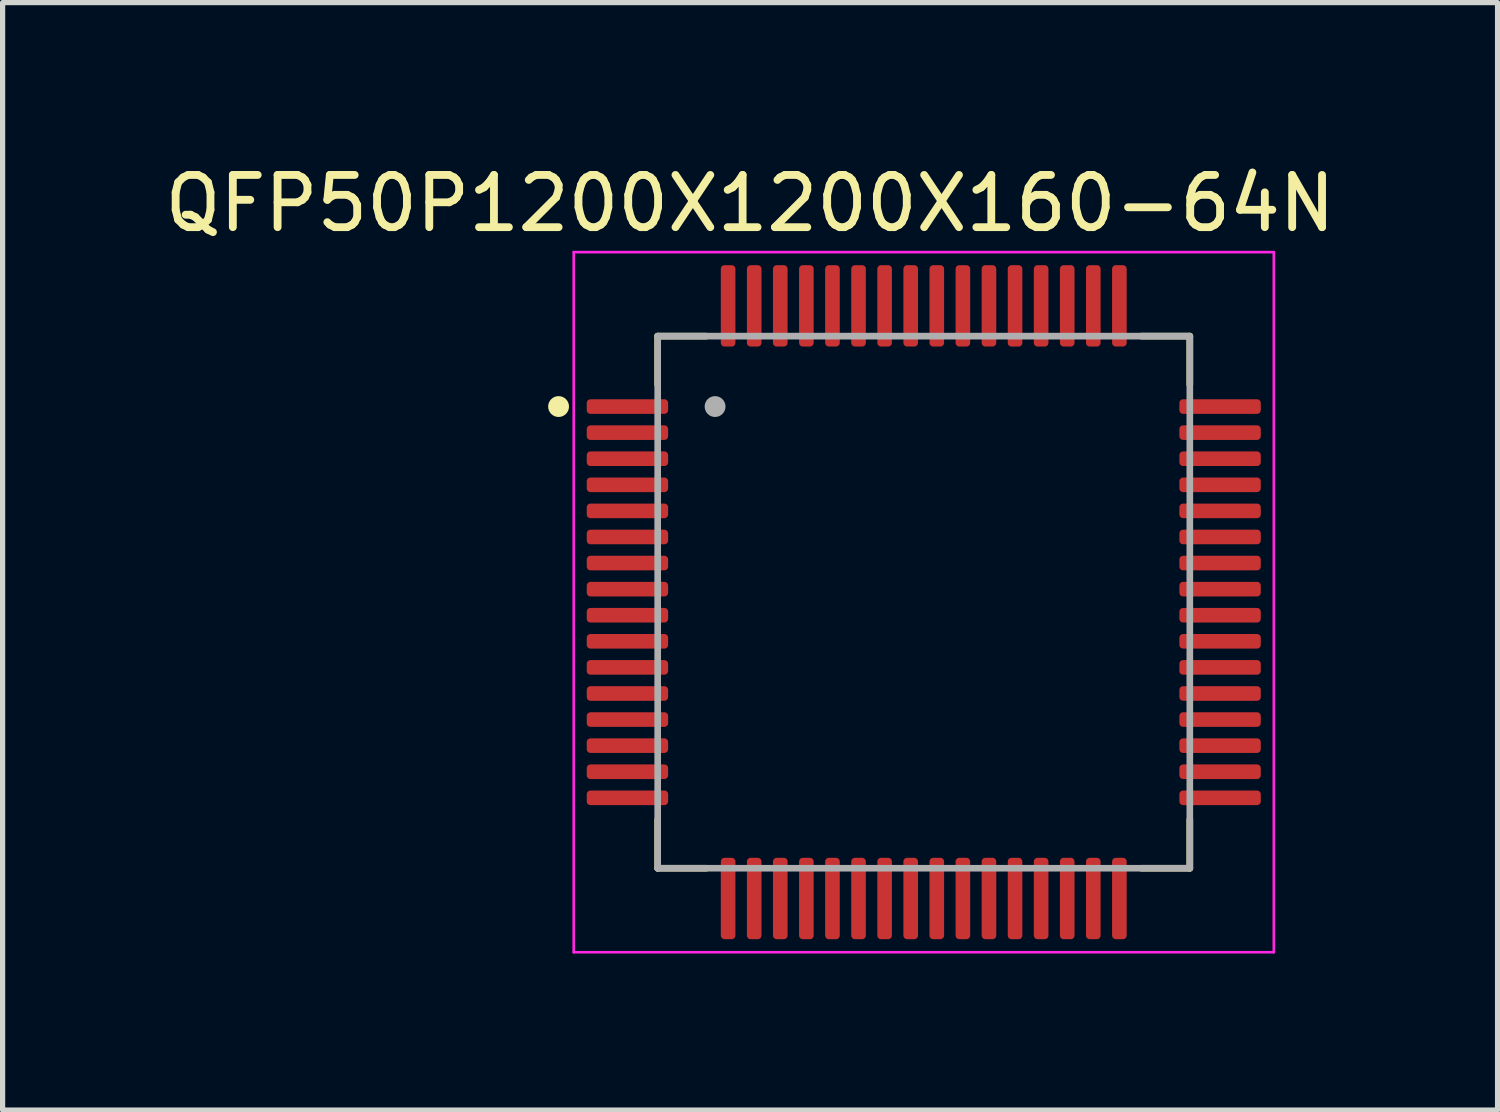
<source format=kicad_pcb>
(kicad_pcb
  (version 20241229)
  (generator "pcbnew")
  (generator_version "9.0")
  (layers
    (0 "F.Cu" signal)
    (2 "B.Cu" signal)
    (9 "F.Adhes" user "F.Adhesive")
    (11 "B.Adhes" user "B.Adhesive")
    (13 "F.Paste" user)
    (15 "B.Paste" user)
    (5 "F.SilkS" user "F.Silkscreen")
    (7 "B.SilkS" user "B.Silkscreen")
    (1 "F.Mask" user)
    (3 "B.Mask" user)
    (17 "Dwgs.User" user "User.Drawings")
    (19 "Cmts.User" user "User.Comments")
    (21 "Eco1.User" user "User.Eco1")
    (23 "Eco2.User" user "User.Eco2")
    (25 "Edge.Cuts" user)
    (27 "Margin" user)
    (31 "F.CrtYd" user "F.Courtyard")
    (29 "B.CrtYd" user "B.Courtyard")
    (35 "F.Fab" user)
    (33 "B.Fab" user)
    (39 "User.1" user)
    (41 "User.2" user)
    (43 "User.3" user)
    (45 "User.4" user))
  (footprint "QFP50P1200X1200X160-64N"
    (layer "F.Cu")
    (at 14.657 8.493)
    (property "Reference" "QFP50P1200X1200X160-64N" (at -3.329 -7.644 0) (layer "F.SilkS") (effects (font (size 1.001 1.001) (thickness 0.15))))
    (attr smd)
    (fp_line (start -5.1 -5.1) (end -5.1 -4.17) (stroke (width 0.127) (type solid)) (layer "F.SilkS"))
    (fp_line (start -5.1 -5.1) (end -4.17 -5.1) (stroke (width 0.127) (type solid)) (layer "F.SilkS"))
    (fp_line (start -5.1 5.1) (end -5.1 4.17) (stroke (width 0.127) (type solid)) (layer "F.SilkS"))
    (fp_line (start -5.1 5.1) (end -4.17 5.1) (stroke (width 0.127) (type solid)) (layer "F.SilkS"))
    (fp_line (start 5.1 -5.1) (end 4.17 -5.1) (stroke (width 0.127) (type solid)) (layer "F.SilkS"))
    (fp_line (start 5.1 -5.1) (end 5.1 -4.17) (stroke (width 0.127) (type solid)) (layer "F.SilkS"))
    (fp_line (start 5.1 5.1) (end 4.17 5.1) (stroke (width 0.127) (type solid)) (layer "F.SilkS"))
    (fp_line (start 5.1 5.1) (end 5.1 4.17) (stroke (width 0.127) (type solid)) (layer "F.SilkS"))
    (fp_circle (center -7 -3.75) (end -6.9 -3.75) (stroke (width 0.2) (type solid)) (fill no) (layer "F.SilkS"))
    (fp_line (start -6.71 -6.71) (end 6.71 -6.71) (stroke (width 0.05) (type solid)) (layer "F.CrtYd"))
    (fp_line (start -6.71 6.71) (end -6.71 -6.71) (stroke (width 0.05) (type solid)) (layer "F.CrtYd"))
    (fp_line (start -6.71 6.71) (end 6.71 6.71) (stroke (width 0.05) (type solid)) (layer "F.CrtYd"))
    (fp_line (start 6.71 6.71) (end 6.71 -6.71) (stroke (width 0.05) (type solid)) (layer "F.CrtYd"))
    (fp_line (start -5.1 -5.1) (end 5.1 -5.1) (stroke (width 0.127) (type solid)) (layer "F.Fab"))
    (fp_line (start -5.1 5.1) (end -5.1 -5.1) (stroke (width 0.127) (type solid)) (layer "F.Fab"))
    (fp_line (start -5.1 5.1) (end 5.1 5.1) (stroke (width 0.127) (type solid)) (layer "F.Fab"))
    (fp_line (start 5.1 5.1) (end 5.1 -5.1) (stroke (width 0.127) (type solid)) (layer "F.Fab"))
    (fp_circle (center -4 -3.75) (end -3.9 -3.75) (stroke (width 0.2) (type solid)) (fill no) (layer "F.Fab"))
    (pad "1" smd roundrect (at -5.68 -3.75) (size 1.56 0.28) (layers "F.Cu" "F.Mask" "F.Paste") (roundrect_rratio 0.25))
    (pad "2" smd roundrect (at -5.68 -3.25) (size 1.56 0.28) (layers "F.Cu" "F.Mask" "F.Paste") (roundrect_rratio 0.25))
    (pad "3" smd roundrect (at -5.68 -2.75) (size 1.56 0.28) (layers "F.Cu" "F.Mask" "F.Paste") (roundrect_rratio 0.25))
    (pad "4" smd roundrect (at -5.68 -2.25) (size 1.56 0.28) (layers "F.Cu" "F.Mask" "F.Paste") (roundrect_rratio 0.25))
    (pad "5" smd roundrect (at -5.68 -1.75) (size 1.56 0.28) (layers "F.Cu" "F.Mask" "F.Paste") (roundrect_rratio 0.25))
    (pad "6" smd roundrect (at -5.68 -1.25) (size 1.56 0.28) (layers "F.Cu" "F.Mask" "F.Paste") (roundrect_rratio 0.25))
    (pad "7" smd roundrect (at -5.68 -0.75) (size 1.56 0.28) (layers "F.Cu" "F.Mask" "F.Paste") (roundrect_rratio 0.25))
    (pad "8" smd roundrect (at -5.68 -0.25) (size 1.56 0.28) (layers "F.Cu" "F.Mask" "F.Paste") (roundrect_rratio 0.25))
    (pad "9" smd roundrect (at -5.68 0.25) (size 1.56 0.28) (layers "F.Cu" "F.Mask" "F.Paste") (roundrect_rratio 0.25))
    (pad "10" smd roundrect (at -5.68 0.75) (size 1.56 0.28) (layers "F.Cu" "F.Mask" "F.Paste") (roundrect_rratio 0.25))
    (pad "11" smd roundrect (at -5.68 1.25) (size 1.56 0.28) (layers "F.Cu" "F.Mask" "F.Paste") (roundrect_rratio 0.25))
    (pad "12" smd roundrect (at -5.68 1.75) (size 1.56 0.28) (layers "F.Cu" "F.Mask" "F.Paste") (roundrect_rratio 0.25))
    (pad "13" smd roundrect (at -5.68 2.25) (size 1.56 0.28) (layers "F.Cu" "F.Mask" "F.Paste") (roundrect_rratio 0.25))
    (pad "14" smd roundrect (at -5.68 2.75) (size 1.56 0.28) (layers "F.Cu" "F.Mask" "F.Paste") (roundrect_rratio 0.25))
    (pad "15" smd roundrect (at -5.68 3.25) (size 1.56 0.28) (layers "F.Cu" "F.Mask" "F.Paste") (roundrect_rratio 0.25))
    (pad "16" smd roundrect (at -5.68 3.75) (size 1.56 0.28) (layers "F.Cu" "F.Mask" "F.Paste") (roundrect_rratio 0.25))
    (pad "17" smd roundrect (at -3.75 5.68) (size 0.28 1.56) (layers "F.Cu" "F.Mask" "F.Paste") (roundrect_rratio 0.25))
    (pad "18" smd roundrect (at -3.25 5.68) (size 0.28 1.56) (layers "F.Cu" "F.Mask" "F.Paste") (roundrect_rratio 0.25))
    (pad "19" smd roundrect (at -2.75 5.68) (size 0.28 1.56) (layers "F.Cu" "F.Mask" "F.Paste") (roundrect_rratio 0.25))
    (pad "20" smd roundrect (at -2.25 5.68) (size 0.28 1.56) (layers "F.Cu" "F.Mask" "F.Paste") (roundrect_rratio 0.25))
    (pad "21" smd roundrect (at -1.75 5.68) (size 0.28 1.56) (layers "F.Cu" "F.Mask" "F.Paste") (roundrect_rratio 0.25))
    (pad "22" smd roundrect (at -1.25 5.68) (size 0.28 1.56) (layers "F.Cu" "F.Mask" "F.Paste") (roundrect_rratio 0.25))
    (pad "23" smd roundrect (at -0.75 5.68) (size 0.28 1.56) (layers "F.Cu" "F.Mask" "F.Paste") (roundrect_rratio 0.25))
    (pad "24" smd roundrect (at -0.25 5.68) (size 0.28 1.56) (layers "F.Cu" "F.Mask" "F.Paste") (roundrect_rratio 0.25))
    (pad "25" smd roundrect (at 0.25 5.68) (size 0.28 1.56) (layers "F.Cu" "F.Mask" "F.Paste") (roundrect_rratio 0.25))
    (pad "26" smd roundrect (at 0.75 5.68) (size 0.28 1.56) (layers "F.Cu" "F.Mask" "F.Paste") (roundrect_rratio 0.25))
    (pad "27" smd roundrect (at 1.25 5.68) (size 0.28 1.56) (layers "F.Cu" "F.Mask" "F.Paste") (roundrect_rratio 0.25))
    (pad "28" smd roundrect (at 1.75 5.68) (size 0.28 1.56) (layers "F.Cu" "F.Mask" "F.Paste") (roundrect_rratio 0.25))
    (pad "29" smd roundrect (at 2.25 5.68) (size 0.28 1.56) (layers "F.Cu" "F.Mask" "F.Paste") (roundrect_rratio 0.25))
    (pad "30" smd roundrect (at 2.75 5.68) (size 0.28 1.56) (layers "F.Cu" "F.Mask" "F.Paste") (roundrect_rratio 0.25))
    (pad "31" smd roundrect (at 3.25 5.68) (size 0.28 1.56) (layers "F.Cu" "F.Mask" "F.Paste") (roundrect_rratio 0.25))
    (pad "32" smd roundrect (at 3.75 5.68) (size 0.28 1.56) (layers "F.Cu" "F.Mask" "F.Paste") (roundrect_rratio 0.25))
    (pad "33" smd roundrect (at 5.68 3.75) (size 1.56 0.28) (layers "F.Cu" "F.Mask" "F.Paste") (roundrect_rratio 0.25))
    (pad "34" smd roundrect (at 5.68 3.25) (size 1.56 0.28) (layers "F.Cu" "F.Mask" "F.Paste") (roundrect_rratio 0.25))
    (pad "35" smd roundrect (at 5.68 2.75) (size 1.56 0.28) (layers "F.Cu" "F.Mask" "F.Paste") (roundrect_rratio 0.25))
    (pad "36" smd roundrect (at 5.68 2.25) (size 1.56 0.28) (layers "F.Cu" "F.Mask" "F.Paste") (roundrect_rratio 0.25))
    (pad "37" smd roundrect (at 5.68 1.75) (size 1.56 0.28) (layers "F.Cu" "F.Mask" "F.Paste") (roundrect_rratio 0.25))
    (pad "38" smd roundrect (at 5.68 1.25) (size 1.56 0.28) (layers "F.Cu" "F.Mask" "F.Paste") (roundrect_rratio 0.25))
    (pad "39" smd roundrect (at 5.68 0.75) (size 1.56 0.28) (layers "F.Cu" "F.Mask" "F.Paste") (roundrect_rratio 0.25))
    (pad "40" smd roundrect (at 5.68 0.25) (size 1.56 0.28) (layers "F.Cu" "F.Mask" "F.Paste") (roundrect_rratio 0.25))
    (pad "41" smd roundrect (at 5.68 -0.25) (size 1.56 0.28) (layers "F.Cu" "F.Mask" "F.Paste") (roundrect_rratio 0.25))
    (pad "42" smd roundrect (at 5.68 -0.75) (size 1.56 0.28) (layers "F.Cu" "F.Mask" "F.Paste") (roundrect_rratio 0.25))
    (pad "43" smd roundrect (at 5.68 -1.25) (size 1.56 0.28) (layers "F.Cu" "F.Mask" "F.Paste") (roundrect_rratio 0.25))
    (pad "44" smd roundrect (at 5.68 -1.75) (size 1.56 0.28) (layers "F.Cu" "F.Mask" "F.Paste") (roundrect_rratio 0.25))
    (pad "45" smd roundrect (at 5.68 -2.25) (size 1.56 0.28) (layers "F.Cu" "F.Mask" "F.Paste") (roundrect_rratio 0.25))
    (pad "46" smd roundrect (at 5.68 -2.75) (size 1.56 0.28) (layers "F.Cu" "F.Mask" "F.Paste") (roundrect_rratio 0.25))
    (pad "47" smd roundrect (at 5.68 -3.25) (size 1.56 0.28) (layers "F.Cu" "F.Mask" "F.Paste") (roundrect_rratio 0.25))
    (pad "48" smd roundrect (at 5.68 -3.75) (size 1.56 0.28) (layers "F.Cu" "F.Mask" "F.Paste") (roundrect_rratio 0.25))
    (pad "49" smd roundrect (at 3.75 -5.68) (size 0.28 1.56) (layers "F.Cu" "F.Mask" "F.Paste") (roundrect_rratio 0.25))
    (pad "50" smd roundrect (at 3.25 -5.68) (size 0.28 1.56) (layers "F.Cu" "F.Mask" "F.Paste") (roundrect_rratio 0.25))
    (pad "51" smd roundrect (at 2.75 -5.68) (size 0.28 1.56) (layers "F.Cu" "F.Mask" "F.Paste") (roundrect_rratio 0.25))
    (pad "52" smd roundrect (at 2.25 -5.68) (size 0.28 1.56) (layers "F.Cu" "F.Mask" "F.Paste") (roundrect_rratio 0.25))
    (pad "53" smd roundrect (at 1.75 -5.68) (size 0.28 1.56) (layers "F.Cu" "F.Mask" "F.Paste") (roundrect_rratio 0.25))
    (pad "54" smd roundrect (at 1.25 -5.68) (size 0.28 1.56) (layers "F.Cu" "F.Mask" "F.Paste") (roundrect_rratio 0.25))
    (pad "55" smd roundrect (at 0.75 -5.68) (size 0.28 1.56) (layers "F.Cu" "F.Mask" "F.Paste") (roundrect_rratio 0.25))
    (pad "56" smd roundrect (at 0.25 -5.68) (size 0.28 1.56) (layers "F.Cu" "F.Mask" "F.Paste") (roundrect_rratio 0.25))
    (pad "57" smd roundrect (at -0.25 -5.68) (size 0.28 1.56) (layers "F.Cu" "F.Mask" "F.Paste") (roundrect_rratio 0.25))
    (pad "58" smd roundrect (at -0.75 -5.68) (size 0.28 1.56) (layers "F.Cu" "F.Mask" "F.Paste") (roundrect_rratio 0.25))
    (pad "59" smd roundrect (at -1.25 -5.68) (size 0.28 1.56) (layers "F.Cu" "F.Mask" "F.Paste") (roundrect_rratio 0.25))
    (pad "60" smd roundrect (at -1.75 -5.68) (size 0.28 1.56) (layers "F.Cu" "F.Mask" "F.Paste") (roundrect_rratio 0.25))
    (pad "61" smd roundrect (at -2.25 -5.68) (size 0.28 1.56) (layers "F.Cu" "F.Mask" "F.Paste") (roundrect_rratio 0.25))
    (pad "62" smd roundrect (at -2.75 -5.68) (size 0.28 1.56) (layers "F.Cu" "F.Mask" "F.Paste") (roundrect_rratio 0.25))
    (pad "63" smd roundrect (at -3.25 -5.68) (size 0.28 1.56) (layers "F.Cu" "F.Mask" "F.Paste") (roundrect_rratio 0.25))
    (pad "64" smd roundrect (at -3.75 -5.68) (size 0.28 1.56) (layers "F.Cu" "F.Mask" "F.Paste") (roundrect_rratio 0.25)))
  (gr_rect
    (start -3 -3)
    (end 25.656 18.228)
    (stroke (width 0.1) (type default))
    (fill no)
    (layer "Edge.Cuts")))
</source>
